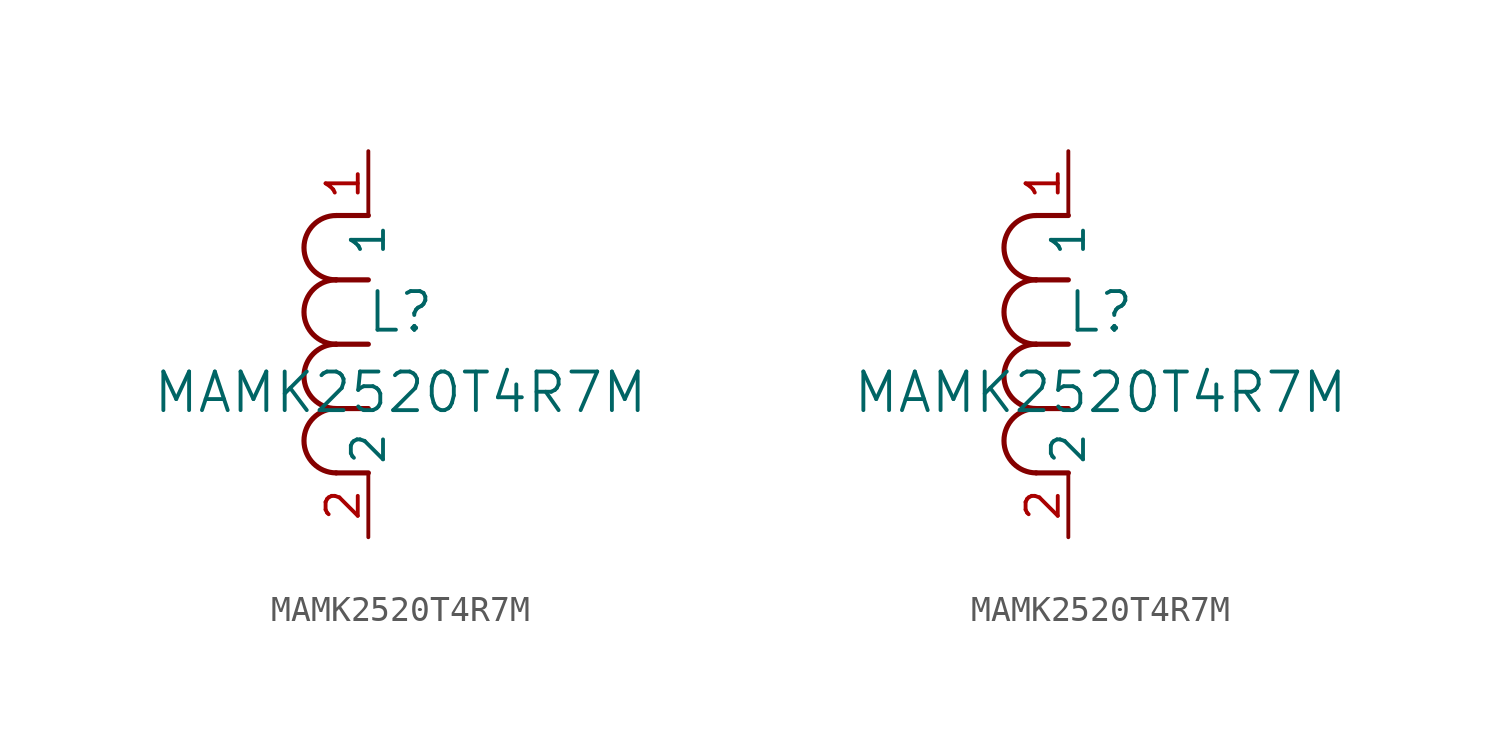
<source format=kicad_sym>
(kicad_symbol_lib
  (version 20211014)
  (generator kicad_symbol_editor)
  (symbol "MAMK2520T4R7M"
    (pin_names
      (offset 0.254))
    (property "Reference" "L"
      (at 1.27 8.89 0)
      (effects (font (size 1.524 1.524))))
    (property "Value" "MAMK2520T4R7M"
      (at 1.27 5.715 0)
      (effects (font (size 1.524 1.524))))
    (symbol "MAMK2520T4R7M_1_1"
      (arc (start -1.27 7.62) (mid -2.54 6.35) (end -1.27 5.08) (stroke (width 0.2032) (type default) (color 0 0 0 0)) (fill (type none)))
      (arc (start -1.27 5.08) (mid -2.54 3.81) (end -1.27 2.54) (stroke (width 0.2032) (type default) (color 0 0 0 0)) (fill (type none)))
      (arc (start -1.27 12.7) (mid -2.54 11.43) (end -1.27 10.16) (stroke (width 0.2032) (type default) (color 0 0 0 0)) (fill (type none)))
      (arc (start -1.27 10.16) (mid -2.54 8.89) (end -1.27 7.62) (stroke (width 0.2032) (type default) (color 0 0 0 0)) (fill (type none)))
      (polyline (pts (xy 0 7.62) (xy -1.27 7.62)) (stroke (width 0.203) (type default) (color 0 0 0 0)) (fill (type none)))
      (polyline (pts (xy 0 5.08) (xy -1.27 5.08)) (stroke (width 0.203) (type default) (color 0 0 0 0)) (fill (type none)))
      (polyline (pts (xy 0 12.7) (xy -1.27 12.7)) (stroke (width 0.203) (type default) (color 0 0 0 0)) (fill (type none)))
      (polyline (pts (xy 0 2.54) (xy -1.27 2.54)) (stroke (width 0.203) (type default) (color 0 0 0 0)) (fill (type none)))
      (polyline (pts (xy 0 10.16) (xy -1.27 10.16)) (stroke (width 0.203) (type default) (color 0 0 0 0)) (fill (type none)))
      (pin unspecified line (at 0 0 90) (length 2.54) (name "2" (effects (font (size 1.27 1.27)))) (number "2" (effects (font (size 1.27 1.27)))))
      (pin unspecified line (at 0 15.24 270) (length 2.54) (name "1" (effects (font (size 1.27 1.27)))) (number "1" (effects (font (size 1.27 1.27))))))
    (symbol "MAMK2520T4R7M_1_2"
      (arc (start -1.27 7.62) (mid -2.54 6.35) (end -1.27 5.08) (stroke (width 0.2032) (type default) (color 0 0 0 0)) (fill (type none)))
      (arc (start -1.27 5.08) (mid -2.54 3.81) (end -1.27 2.54) (stroke (width 0.2032) (type default) (color 0 0 0 0)) (fill (type none)))
      (arc (start -1.27 12.7) (mid -2.54 11.43) (end -1.27 10.16) (stroke (width 0.2032) (type default) (color 0 0 0 0)) (fill (type none)))
      (arc (start -1.27 10.16) (mid -2.54 8.89) (end -1.27 7.62) (stroke (width 0.2032) (type default) (color 0 0 0 0)) (fill (type none)))
      (polyline (pts (xy 0 7.62) (xy -1.27 7.62)) (stroke (width 0.203) (type default) (color 0 0 0 0)) (fill (type none)))
      (polyline (pts (xy 0 5.08) (xy -1.27 5.08)) (stroke (width 0.203) (type default) (color 0 0 0 0)) (fill (type none)))
      (polyline (pts (xy 0 12.7) (xy -1.27 12.7)) (stroke (width 0.203) (type default) (color 0 0 0 0)) (fill (type none)))
      (polyline (pts (xy 0 2.54) (xy -1.27 2.54)) (stroke (width 0.203) (type default) (color 0 0 0 0)) (fill (type none)))
      (polyline (pts (xy 0 10.16) (xy -1.27 10.16)) (stroke (width 0.203) (type default) (color 0 0 0 0)) (fill (type none)))
      (pin unspecified line (at 0 0 90) (length 2.54) (name "2" (effects (font (size 1.27 1.27)))) (number "2" (effects (font (size 1.27 1.27)))))
      (pin unspecified line (at 0 15.24 270) (length 2.54) (name "1" (effects (font (size 1.27 1.27)))) (number "1" (effects (font (size 1.27 1.27))))))))
</source>
